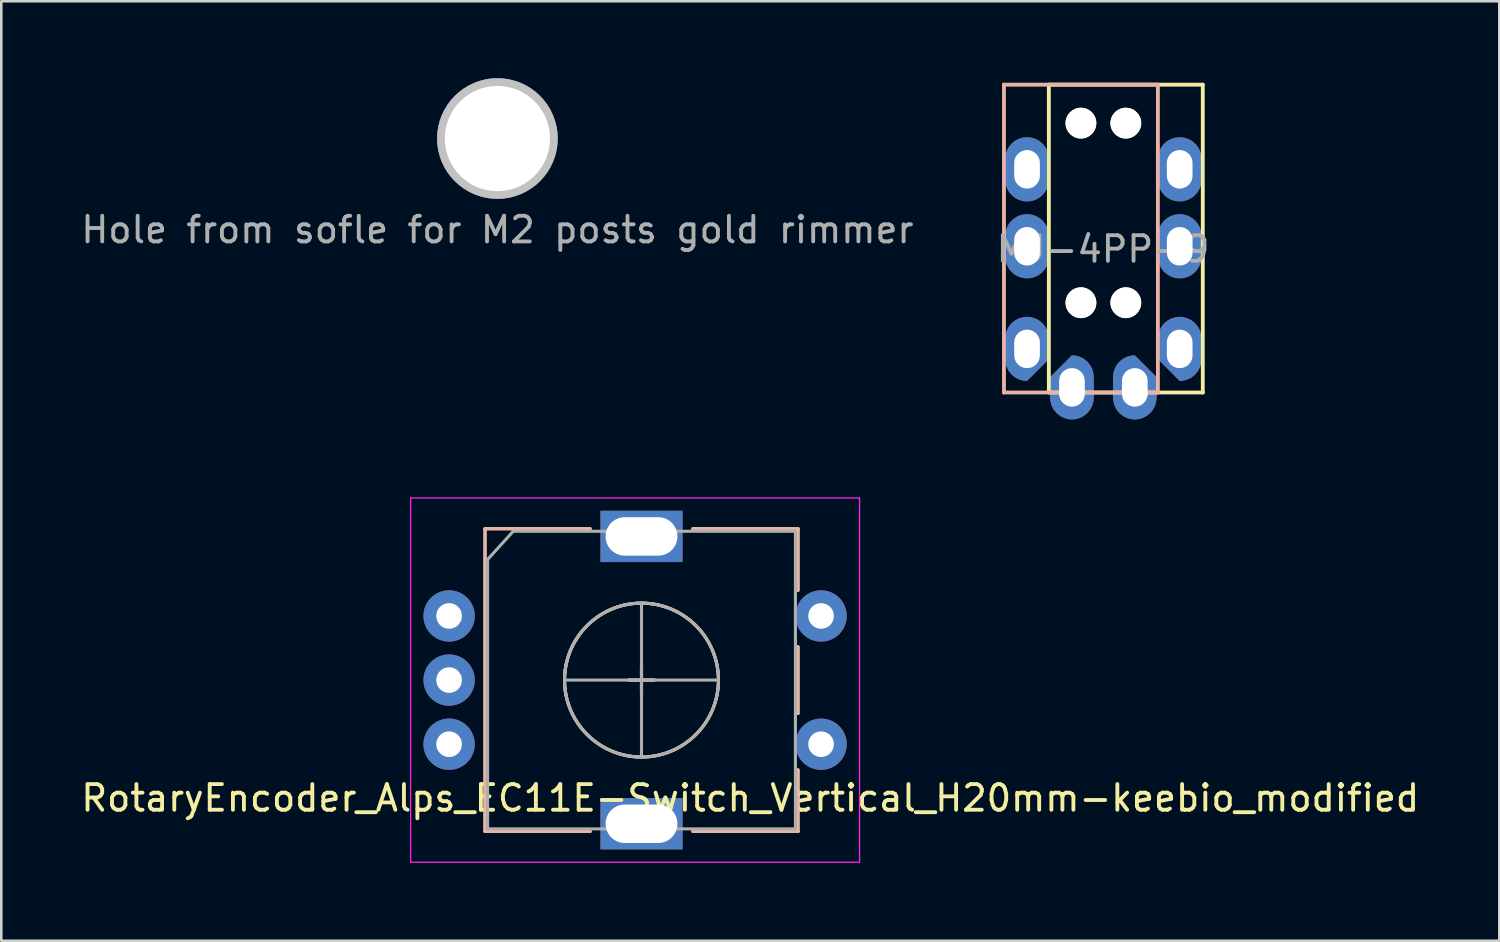
<source format=kicad_pcb>
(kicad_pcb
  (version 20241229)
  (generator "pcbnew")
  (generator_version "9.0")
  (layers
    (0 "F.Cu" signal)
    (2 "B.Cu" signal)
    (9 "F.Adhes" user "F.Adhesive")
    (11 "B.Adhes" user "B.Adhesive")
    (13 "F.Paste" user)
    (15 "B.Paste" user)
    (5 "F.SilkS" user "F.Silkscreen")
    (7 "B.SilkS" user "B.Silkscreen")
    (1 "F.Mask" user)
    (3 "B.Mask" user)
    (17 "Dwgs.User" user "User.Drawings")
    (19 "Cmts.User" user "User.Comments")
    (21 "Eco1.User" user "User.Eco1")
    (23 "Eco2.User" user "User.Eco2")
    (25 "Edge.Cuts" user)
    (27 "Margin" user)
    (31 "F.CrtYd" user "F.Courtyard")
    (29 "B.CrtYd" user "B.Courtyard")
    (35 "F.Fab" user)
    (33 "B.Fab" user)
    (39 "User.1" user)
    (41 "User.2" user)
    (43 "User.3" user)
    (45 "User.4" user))
  (footprint "RotaryEncoder_Alps_EC11E-Switch_Vertical_H20mm-keebio_modified"
    (layer "F.Cu")
    (at 21.956 23.46)
    (property "Reference" "RotaryEncoder_Alps_EC11E-Switch_Vertical_H20mm-keebio_modified" (at 4.24 4.6 0) (layer "F.SilkS") (effects (font (size 1 1) (thickness 0.15))))
    (attr through_hole exclude_from_pos_files exclude_from_bom)
    (fp_line (start -6.1 -5.9) (end -6.1 5.9) (stroke (width 0.12) (type solid)) (layer "F.SilkS"))
    (fp_line (start -2 -5.9) (end -6.1 -5.9) (stroke (width 0.12) (type solid)) (layer "F.SilkS"))
    (fp_line (start -2 5.9) (end -6.1 5.9) (stroke (width 0.12) (type solid)) (layer "F.SilkS"))
    (fp_line (start -0.5 0) (end 0.5 0) (stroke (width 0.12) (type solid)) (layer "F.SilkS"))
    (fp_line (start 0 -0.5) (end 0 0.5) (stroke (width 0.12) (type solid)) (layer "F.SilkS"))
    (fp_line (start 2 -5.9) (end 6.1 -5.9) (stroke (width 0.12) (type solid)) (layer "F.SilkS"))
    (fp_line (start 6.1 -5.9) (end 6.1 -3.5) (stroke (width 0.12) (type solid)) (layer "F.SilkS"))
    (fp_line (start 6.1 -1.3) (end 6.1 1.3) (stroke (width 0.12) (type solid)) (layer "F.SilkS"))
    (fp_line (start 6.1 3.5) (end 6.1 5.9) (stroke (width 0.12) (type solid)) (layer "F.SilkS"))
    (fp_line (start 6.1 5.9) (end 2 5.9) (stroke (width 0.12) (type solid)) (layer "F.SilkS"))
    (fp_circle (center 0 0) (end 3 0) (stroke (width 0.12) (type solid)) (fill no) (layer "F.SilkS"))
    (fp_line (start -6.1 -5.9) (end -6.1 5.9) (stroke (width 0.12) (type solid)) (layer "B.SilkS"))
    (fp_line (start -2 -5.9) (end -6.1 -5.9) (stroke (width 0.12) (type solid)) (layer "B.SilkS"))
    (fp_line (start -2 5.9) (end -6.1 5.9) (stroke (width 0.12) (type solid)) (layer "B.SilkS"))
    (fp_line (start -0.5 0) (end 0.5 0) (stroke (width 0.12) (type solid)) (layer "B.SilkS"))
    (fp_line (start 0 -0.5) (end 0 0.5) (stroke (width 0.12) (type solid)) (layer "B.SilkS"))
    (fp_line (start 2 -5.9) (end 6.1 -5.9) (stroke (width 0.12) (type solid)) (layer "B.SilkS"))
    (fp_line (start 6.1 -5.9) (end 6.1 -3.5) (stroke (width 0.12) (type solid)) (layer "B.SilkS"))
    (fp_line (start 6.1 -1.3) (end 6.1 1.3) (stroke (width 0.12) (type solid)) (layer "B.SilkS"))
    (fp_line (start 6.1 3.5) (end 6.1 5.9) (stroke (width 0.12) (type solid)) (layer "B.SilkS"))
    (fp_line (start 6.1 5.9) (end 2 5.9) (stroke (width 0.12) (type solid)) (layer "B.SilkS"))
    (fp_circle (center 0 0) (end 3 0) (stroke (width 0.12) (type solid)) (fill no) (layer "B.SilkS"))
    (fp_line (start -9 -7.1) (end -9 7.1) (stroke (width 0.05) (type solid)) (layer "F.CrtYd"))
    (fp_line (start -9 -7.1) (end 8.5 -7.1) (stroke (width 0.05) (type solid)) (layer "F.CrtYd"))
    (fp_line (start 8.5 7.1) (end -9 7.1) (stroke (width 0.05) (type solid)) (layer "F.CrtYd"))
    (fp_line (start 8.5 7.1) (end 8.5 -7.1) (stroke (width 0.05) (type solid)) (layer "F.CrtYd"))
    (fp_line (start -6 -4.7) (end -5 -5.8) (stroke (width 0.12) (type solid)) (layer "F.Fab"))
    (fp_line (start -6 5.8) (end -6 -4.7) (stroke (width 0.12) (type solid)) (layer "F.Fab"))
    (fp_line (start -5 -5.8) (end 6 -5.8) (stroke (width 0.12) (type solid)) (layer "F.Fab"))
    (fp_line (start -3 0) (end 3 0) (stroke (width 0.12) (type solid)) (layer "F.Fab"))
    (fp_line (start 0 -3) (end 0 3) (stroke (width 0.12) (type solid)) (layer "F.Fab"))
    (fp_line (start 6 -5.8) (end 6 5.8) (stroke (width 0.12) (type solid)) (layer "F.Fab"))
    (fp_line (start 6 5.8) (end -6 5.8) (stroke (width 0.12) (type solid)) (layer "F.Fab"))
    (fp_circle (center 0 0) (end 3 0) (stroke (width 0.12) (type solid)) (fill no) (layer "F.Fab"))
    (fp_rect (start -8.5 -7.1) (end 8 7.1) (stroke (width 0.12) (type default)) (fill no) (layer "User.4"))
    (pad "A" thru_hole circle (at -7.5 -2.5) (size 2 2) (drill 1) (layers "*.Cu" "*.Mask"))
    (pad "B" thru_hole circle (at -7.5 2.5) (size 2 2) (drill 1) (layers "*.Cu" "*.Mask"))
    (pad "C" thru_hole circle (at -7.5 0) (size 2 2) (drill 1) (layers "*.Cu" "*.Mask"))
    (pad "MP" thru_hole rect (at 0 -5.6) (size 3.2 2) (drill oval 2.8 1.5) (layers "*.Cu" "*.Mask"))
    (pad "MP" thru_hole rect (at 0 5.6) (size 3.2 2) (drill oval 2.8 1.5) (layers "*.Cu" "*.Mask"))
    (pad "S1" thru_hole circle (at 7 2.5) (size 2 2) (drill 1) (layers "*.Cu" "*.Mask"))
    (pad "S2" thru_hole circle (at 7 -2.5) (size 2 2) (drill 1) (layers "*.Cu" "*.Mask")))
  (footprint "Hole from sofle for M2 posts gold rimmer"
    (layer "F.Cu")
    (at 16.339 2.35)
    (property "Reference" "Hole from sofle for M2 posts gold rimmer" (at 0 3.556 0) (unlocked yes) (layer "F.Fab") (effects (font (size 1 1) (thickness 0.15))))
    (attr through_hole exclude_from_pos_files exclude_from_bom)
    (fp_circle (center 0 0) (end 1.1 0) (stroke (width 0.1) (type default)) (fill no) (layer "User.9"))
    (pad "" thru_hole circle (at 0 0 90) (size 4.7 4.7) (drill 4.1) (layers "*.Cu" "*.Mask" "Dwgs.User")))
  (footprint "MJ-4PP-9"
    (layer "F.Cu")
    (at 40.835 0.25)
    (property "Reference" "MJ-4PP-9" (at -0.889 6.413 0) (layer "F.Fab") (effects (font (size 1 1) (thickness 0.15))))
    (attr through_hole)
    (fp_line (start -3 0) (end -3 12) (stroke (width 0.15) (type solid)) (layer "F.SilkS"))
    (fp_line (start -3 12) (end 3 12) (stroke (width 0.15) (type solid)) (layer "F.SilkS"))
    (fp_line (start 3 0) (end -3 0) (stroke (width 0.15) (type solid)) (layer "F.SilkS"))
    (fp_line (start 3 12) (end 3 0) (stroke (width 0.15) (type solid)) (layer "F.SilkS"))
    (fp_line (start -4.75 0) (end 1.25 0) (stroke (width 0.15) (type solid)) (layer "B.SilkS"))
    (fp_line (start -4.75 12) (end -4.75 0) (stroke (width 0.15) (type solid)) (layer "B.SilkS"))
    (fp_line (start -4.75 12) (end 1.25 12) (stroke (width 0.15) (type solid)) (layer "B.SilkS"))
    (fp_line (start 1.25 0) (end 1.25 12) (stroke (width 0.15) (type solid)) (layer "B.SilkS"))
    (pad "" np_thru_hole circle (at -1.75 1.5) (size 1.2 1.2) (drill 1.2) (layers "*.Cu" "*.Mask" "F.SilkS"))
    (pad "" np_thru_hole circle (at -1.75 8.5) (size 1.2 1.2) (drill 1.2) (layers "*.Cu" "*.Mask" "F.SilkS"))
    (pad "" np_thru_hole circle (at 0 1.5) (size 1.2 1.2) (drill 1.2) (layers "*.Cu" "*.Mask" "F.SilkS"))
    (pad "" np_thru_hole circle (at 0 8.5) (size 1.2 1.2) (drill 1.2) (layers "*.Cu" "*.Mask" "F.SilkS"))
    (pad "1" thru_hole roundrect (at -2.1 11.8) (size 1.7 2.5) (drill oval 1 1.5) (layers "*.Cu" "B.Mask") (roundrect_rratio 0.5) (chamfer_ratio 0.5) (chamfer top_left))
    (pad "1" thru_hole roundrect (at 0.35 11.8) (size 1.7 2.5) (drill oval 1 1.5) (layers "*.Cu" "F.Mask") (roundrect_rratio 0.5) (chamfer_ratio 0.5) (chamfer top_right))
    (pad "2" thru_hole roundrect (at -3.85 10.3) (size 1.7 2.5) (drill oval 1 1.5) (layers "*.Cu" "F.Mask") (roundrect_rratio 0.5) (chamfer_ratio 0.5) (chamfer bottom_right))
    (pad "2" thru_hole roundrect (at 2.1 10.3) (size 1.7 2.5) (drill oval 1 1.5) (layers "*.Cu" "B.Mask") (roundrect_rratio 0.5) (chamfer_ratio 0.5) (chamfer bottom_left))
    (pad "3" thru_hole oval (at -3.85 6.3) (size 1.7 2.5) (drill oval 1 1.5) (layers "*.Cu" "F.Mask"))
    (pad "3" thru_hole oval (at 2.1 6.3) (size 1.7 2.5) (drill oval 1 1.5) (layers "*.Cu" "B.Mask"))
    (pad "4" thru_hole oval (at -3.85 3.3) (size 1.7 2.5) (drill oval 1 1.5) (layers "*.Cu" "F.Mask"))
    (pad "4" thru_hole oval (at 2.1 3.3) (size 1.7 2.5) (drill oval 1 1.5) (layers "*.Cu" "B.Mask")))
  (gr_rect
    (start -3 -3)
    (end 55.393 33.62)
    (stroke (width 0.1) (type default))
    (fill no)
    (layer "Edge.Cuts")))
</source>
